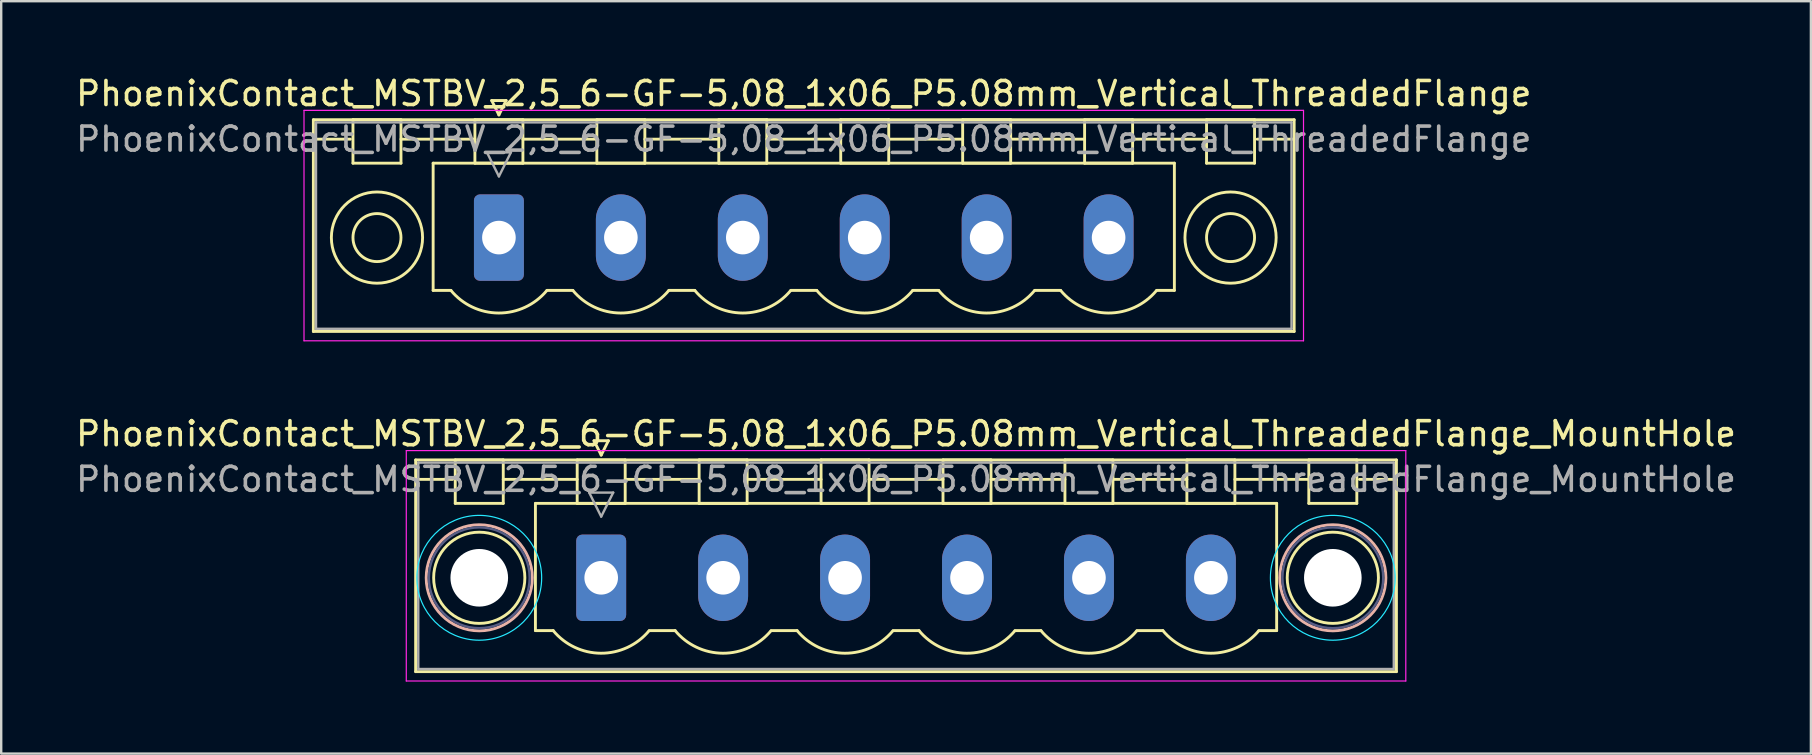
<source format=kicad_pcb>
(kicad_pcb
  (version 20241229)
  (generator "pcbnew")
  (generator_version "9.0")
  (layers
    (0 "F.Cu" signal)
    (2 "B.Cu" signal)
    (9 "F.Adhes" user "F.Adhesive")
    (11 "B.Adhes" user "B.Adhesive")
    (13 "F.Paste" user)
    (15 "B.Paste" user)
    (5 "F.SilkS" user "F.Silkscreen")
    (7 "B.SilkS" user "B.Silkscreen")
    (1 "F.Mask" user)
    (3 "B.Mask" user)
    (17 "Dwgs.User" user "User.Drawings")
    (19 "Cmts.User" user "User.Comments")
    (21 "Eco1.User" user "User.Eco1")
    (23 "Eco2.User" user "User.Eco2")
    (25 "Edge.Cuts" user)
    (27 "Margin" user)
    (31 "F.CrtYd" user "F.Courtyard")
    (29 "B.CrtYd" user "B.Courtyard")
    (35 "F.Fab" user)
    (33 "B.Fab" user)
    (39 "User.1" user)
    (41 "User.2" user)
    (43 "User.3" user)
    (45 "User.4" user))
  (footprint "PhoenixContact_MSTBV_2,5_6-GF-5,08_1x06_P5.08mm_Vertical_ThreadedFlange"
    (layer "F.Cu")
    (at 17.735 6.848)
    (property "Reference" "PhoenixContact_MSTBV_2,5_6-GF-5,08_1x06_P5.08mm_Vertical_ThreadedFlange" (at 12.7 -6 0) (layer "F.SilkS") (effects (font (size 1 1) (thickness 0.15))))
    (attr through_hole)
    (fp_line (start -7.73 -4.91) (end -7.73 3.91) (stroke (width 0.12) (type solid)) (layer "F.SilkS"))
    (fp_line (start -7.73 -4.1) (end -6.19 -4.1) (stroke (width 0.12) (type solid)) (layer "F.SilkS"))
    (fp_line (start -7.73 3.91) (end 33.13 3.91) (stroke (width 0.12) (type solid)) (layer "F.SilkS"))
    (fp_line (start -6.08 -4.91) (end -4.08 -4.91) (stroke (width 0.12) (type solid)) (layer "F.SilkS"))
    (fp_line (start -6.08 -3.1) (end -6.08 -4.91) (stroke (width 0.12) (type solid)) (layer "F.SilkS"))
    (fp_line (start -4.08 -4.91) (end -4.08 -3.1) (stroke (width 0.12) (type solid)) (layer "F.SilkS"))
    (fp_line (start -4.08 -4.1) (end -1 -4.1) (stroke (width 0.12) (type solid)) (layer "F.SilkS"))
    (fp_line (start -4.08 -3.1) (end -6.08 -3.1) (stroke (width 0.12) (type solid)) (layer "F.SilkS"))
    (fp_line (start -2.74 -3.1) (end 28.14 -3.1) (stroke (width 0.12) (type solid)) (layer "F.SilkS"))
    (fp_line (start -2.74 2.2) (end -2.74 -3.1) (stroke (width 0.12) (type solid)) (layer "F.SilkS"))
    (fp_line (start -2 2.2) (end -2.74 2.2) (stroke (width 0.12) (type solid)) (layer "F.SilkS"))
    (fp_line (start -1 -4.91) (end 1 -4.91) (stroke (width 0.12) (type solid)) (layer "F.SilkS"))
    (fp_line (start -1 -3.1) (end -1 -4.91) (stroke (width 0.12) (type solid)) (layer "F.SilkS"))
    (fp_line (start -0.3 -5.71) (end 0.3 -5.71) (stroke (width 0.12) (type solid)) (layer "F.SilkS"))
    (fp_line (start 0 -5.11) (end -0.3 -5.71) (stroke (width 0.12) (type solid)) (layer "F.SilkS"))
    (fp_line (start 0.3 -5.71) (end 0 -5.11) (stroke (width 0.12) (type solid)) (layer "F.SilkS"))
    (fp_line (start 1 -4.91) (end 1 -3.1) (stroke (width 0.12) (type solid)) (layer "F.SilkS"))
    (fp_line (start 1 -4.1) (end 4.08 -4.1) (stroke (width 0.12) (type solid)) (layer "F.SilkS"))
    (fp_line (start 1 -3.1) (end -1 -3.1) (stroke (width 0.12) (type solid)) (layer "F.SilkS"))
    (fp_line (start 2 2.2) (end 3.08 2.2) (stroke (width 0.12) (type solid)) (layer "F.SilkS"))
    (fp_line (start 4.08 -4.91) (end 6.08 -4.91) (stroke (width 0.12) (type solid)) (layer "F.SilkS"))
    (fp_line (start 4.08 -3.1) (end 4.08 -4.91) (stroke (width 0.12) (type solid)) (layer "F.SilkS"))
    (fp_line (start 6.08 -4.91) (end 6.08 -3.1) (stroke (width 0.12) (type solid)) (layer "F.SilkS"))
    (fp_line (start 6.08 -4.1) (end 9.16 -4.1) (stroke (width 0.12) (type solid)) (layer "F.SilkS"))
    (fp_line (start 6.08 -3.1) (end 4.08 -3.1) (stroke (width 0.12) (type solid)) (layer "F.SilkS"))
    (fp_line (start 7.08 2.2) (end 8.16 2.2) (stroke (width 0.12) (type solid)) (layer "F.SilkS"))
    (fp_line (start 9.16 -4.91) (end 11.16 -4.91) (stroke (width 0.12) (type solid)) (layer "F.SilkS"))
    (fp_line (start 9.16 -3.1) (end 9.16 -4.91) (stroke (width 0.12) (type solid)) (layer "F.SilkS"))
    (fp_line (start 11.16 -4.91) (end 11.16 -3.1) (stroke (width 0.12) (type solid)) (layer "F.SilkS"))
    (fp_line (start 11.16 -4.1) (end 14.24 -4.1) (stroke (width 0.12) (type solid)) (layer "F.SilkS"))
    (fp_line (start 11.16 -3.1) (end 9.16 -3.1) (stroke (width 0.12) (type solid)) (layer "F.SilkS"))
    (fp_line (start 12.16 2.2) (end 13.24 2.2) (stroke (width 0.12) (type solid)) (layer "F.SilkS"))
    (fp_line (start 14.24 -4.91) (end 16.24 -4.91) (stroke (width 0.12) (type solid)) (layer "F.SilkS"))
    (fp_line (start 14.24 -3.1) (end 14.24 -4.91) (stroke (width 0.12) (type solid)) (layer "F.SilkS"))
    (fp_line (start 16.24 -4.91) (end 16.24 -3.1) (stroke (width 0.12) (type solid)) (layer "F.SilkS"))
    (fp_line (start 16.24 -4.1) (end 19.32 -4.1) (stroke (width 0.12) (type solid)) (layer "F.SilkS"))
    (fp_line (start 16.24 -3.1) (end 14.24 -3.1) (stroke (width 0.12) (type solid)) (layer "F.SilkS"))
    (fp_line (start 17.24 2.2) (end 18.32 2.2) (stroke (width 0.12) (type solid)) (layer "F.SilkS"))
    (fp_line (start 19.32 -4.91) (end 21.32 -4.91) (stroke (width 0.12) (type solid)) (layer "F.SilkS"))
    (fp_line (start 19.32 -3.1) (end 19.32 -4.91) (stroke (width 0.12) (type solid)) (layer "F.SilkS"))
    (fp_line (start 21.32 -4.91) (end 21.32 -3.1) (stroke (width 0.12) (type solid)) (layer "F.SilkS"))
    (fp_line (start 21.32 -4.1) (end 24.4 -4.1) (stroke (width 0.12) (type solid)) (layer "F.SilkS"))
    (fp_line (start 21.32 -3.1) (end 19.32 -3.1) (stroke (width 0.12) (type solid)) (layer "F.SilkS"))
    (fp_line (start 22.32 2.2) (end 23.4 2.2) (stroke (width 0.12) (type solid)) (layer "F.SilkS"))
    (fp_line (start 24.4 -4.91) (end 26.4 -4.91) (stroke (width 0.12) (type solid)) (layer "F.SilkS"))
    (fp_line (start 24.4 -3.1) (end 24.4 -4.91) (stroke (width 0.12) (type solid)) (layer "F.SilkS"))
    (fp_line (start 26.4 -4.91) (end 26.4 -3.1) (stroke (width 0.12) (type solid)) (layer "F.SilkS"))
    (fp_line (start 26.4 -4.1) (end 29.48 -4.1) (stroke (width 0.12) (type solid)) (layer "F.SilkS"))
    (fp_line (start 26.4 -3.1) (end 24.4 -3.1) (stroke (width 0.12) (type solid)) (layer "F.SilkS"))
    (fp_line (start 28.14 -3.1) (end 28.14 2.2) (stroke (width 0.12) (type solid)) (layer "F.SilkS"))
    (fp_line (start 28.14 2.2) (end 27.4 2.2) (stroke (width 0.12) (type solid)) (layer "F.SilkS"))
    (fp_line (start 29.48 -4.91) (end 31.48 -4.91) (stroke (width 0.12) (type solid)) (layer "F.SilkS"))
    (fp_line (start 29.48 -3.1) (end 29.48 -4.91) (stroke (width 0.12) (type solid)) (layer "F.SilkS"))
    (fp_line (start 31.48 -4.91) (end 31.48 -3.1) (stroke (width 0.12) (type solid)) (layer "F.SilkS"))
    (fp_line (start 31.48 -3.1) (end 29.48 -3.1) (stroke (width 0.12) (type solid)) (layer "F.SilkS"))
    (fp_line (start 33.13 -4.91) (end -7.73 -4.91) (stroke (width 0.12) (type solid)) (layer "F.SilkS"))
    (fp_line (start 33.13 -4.1) (end 31.59 -4.1) (stroke (width 0.12) (type solid)) (layer "F.SilkS"))
    (fp_line (start 33.13 3.91) (end 33.13 -4.91) (stroke (width 0.12) (type solid)) (layer "F.SilkS"))
    (fp_arc (start 1.986842 2.215821) (mid -0.010289 3.142758) (end -2 2.2) (stroke (width 0.12) (type solid)) (layer "F.SilkS"))
    (fp_arc (start 7.066842 2.215821) (mid 5.069711 3.142758) (end 3.08 2.2) (stroke (width 0.12) (type solid)) (layer "F.SilkS"))
    (fp_arc (start 12.146842 2.215821) (mid 10.149711 3.142758) (end 8.16 2.2) (stroke (width 0.12) (type solid)) (layer "F.SilkS"))
    (fp_arc (start 17.226842 2.215821) (mid 15.229711 3.142758) (end 13.24 2.2) (stroke (width 0.12) (type solid)) (layer "F.SilkS"))
    (fp_arc (start 22.306842 2.215821) (mid 20.309711 3.142758) (end 18.32 2.2) (stroke (width 0.12) (type solid)) (layer "F.SilkS"))
    (fp_arc (start 27.386842 2.215821) (mid 25.389711 3.142758) (end 23.4 2.2) (stroke (width 0.12) (type solid)) (layer "F.SilkS"))
    (fp_circle (center -5.08 0) (end -4.08 0) (stroke (width 0.12) (type solid)) (fill no) (layer "F.SilkS"))
    (fp_circle (center -5.08 0) (end -3.18 0) (stroke (width 0.12) (type solid)) (fill no) (layer "F.SilkS"))
    (fp_circle (center 30.48 0) (end 31.48 0) (stroke (width 0.12) (type solid)) (fill no) (layer "F.SilkS"))
    (fp_circle (center 30.48 0) (end 32.38 0) (stroke (width 0.12) (type solid)) (fill no) (layer "F.SilkS"))
    (fp_line (start -8.12 -5.3) (end -8.12 4.3) (stroke (width 0.05) (type solid)) (layer "F.CrtYd"))
    (fp_line (start -8.12 4.3) (end 33.52 4.3) (stroke (width 0.05) (type solid)) (layer "F.CrtYd"))
    (fp_line (start 33.52 -5.3) (end -8.12 -5.3) (stroke (width 0.05) (type solid)) (layer "F.CrtYd"))
    (fp_line (start 33.52 4.3) (end 33.52 -5.3) (stroke (width 0.05) (type solid)) (layer "F.CrtYd"))
    (fp_line (start -7.62 -4.8) (end -7.62 3.8) (stroke (width 0.1) (type solid)) (layer "F.Fab"))
    (fp_line (start -7.62 3.8) (end 33.02 3.8) (stroke (width 0.1) (type solid)) (layer "F.Fab"))
    (fp_line (start -0.5 -3.55) (end 0.5 -3.55) (stroke (width 0.1) (type solid)) (layer "F.Fab"))
    (fp_line (start 0 -2.55) (end -0.5 -3.55) (stroke (width 0.1) (type solid)) (layer "F.Fab"))
    (fp_line (start 0.5 -3.55) (end 0 -2.55) (stroke (width 0.1) (type solid)) (layer "F.Fab"))
    (fp_line (start 33.02 -4.8) (end -7.62 -4.8) (stroke (width 0.1) (type solid)) (layer "F.Fab"))
    (fp_line (start 33.02 3.8) (end 33.02 -4.8) (stroke (width 0.1) (type solid)) (layer "F.Fab"))
    (fp_text user "${REFERENCE}" (at 12.7 -4.1 0) (layer "F.Fab") (effects (font (size 1 1) (thickness 0.15))))
    (pad "1" thru_hole roundrect (at 0 0) (size 2.08 3.6) (drill 1.4) (layers "*.Cu" "*.Mask") (roundrect_rratio 0.12))
    (pad "2" thru_hole oval (at 5.08 0) (size 2.08 3.6) (drill 1.4) (layers "*.Cu" "*.Mask"))
    (pad "3" thru_hole oval (at 10.16 0) (size 2.08 3.6) (drill 1.4) (layers "*.Cu" "*.Mask"))
    (pad "4" thru_hole oval (at 15.24 0) (size 2.08 3.6) (drill 1.4) (layers "*.Cu" "*.Mask"))
    (pad "5" thru_hole oval (at 20.32 0) (size 2.08 3.6) (drill 1.4) (layers "*.Cu" "*.Mask"))
    (pad "6" thru_hole oval (at 25.4 0) (size 2.08 3.6) (drill 1.4) (layers "*.Cu" "*.Mask")))
  (footprint "PhoenixContact_MSTBV_2,5_6-GF-5,08_1x06_P5.08mm_Vertical_ThreadedFlange_MountHole"
    (layer "F.Cu")
    (at 21.996 21.021)
    (property "Reference" "PhoenixContact_MSTBV_2,5_6-GF-5,08_1x06_P5.08mm_Vertical_ThreadedFlange_MountHole" (at 12.7 -6 0) (layer "F.SilkS") (effects (font (size 1 1) (thickness 0.15))))
    (attr through_hole)
    (fp_line (start -7.73 -4.91) (end -7.73 3.91) (stroke (width 0.12) (type solid)) (layer "F.SilkS"))
    (fp_line (start -7.73 -4.1) (end -6.19 -4.1) (stroke (width 0.12) (type solid)) (layer "F.SilkS"))
    (fp_line (start -7.73 3.91) (end 33.13 3.91) (stroke (width 0.12) (type solid)) (layer "F.SilkS"))
    (fp_line (start -6.08 -4.91) (end -4.08 -4.91) (stroke (width 0.12) (type solid)) (layer "F.SilkS"))
    (fp_line (start -6.08 -3.1) (end -6.08 -4.91) (stroke (width 0.12) (type solid)) (layer "F.SilkS"))
    (fp_line (start -4.08 -4.91) (end -4.08 -3.1) (stroke (width 0.12) (type solid)) (layer "F.SilkS"))
    (fp_line (start -4.08 -4.1) (end -1 -4.1) (stroke (width 0.12) (type solid)) (layer "F.SilkS"))
    (fp_line (start -4.08 -3.1) (end -6.08 -3.1) (stroke (width 0.12) (type solid)) (layer "F.SilkS"))
    (fp_line (start -2.74 -3.1) (end 28.14 -3.1) (stroke (width 0.12) (type solid)) (layer "F.SilkS"))
    (fp_line (start -2.74 2.2) (end -2.74 -3.1) (stroke (width 0.12) (type solid)) (layer "F.SilkS"))
    (fp_line (start -2 2.2) (end -2.74 2.2) (stroke (width 0.12) (type solid)) (layer "F.SilkS"))
    (fp_line (start -1 -4.91) (end 1 -4.91) (stroke (width 0.12) (type solid)) (layer "F.SilkS"))
    (fp_line (start -1 -3.1) (end -1 -4.91) (stroke (width 0.12) (type solid)) (layer "F.SilkS"))
    (fp_line (start -0.3 -5.71) (end 0.3 -5.71) (stroke (width 0.12) (type solid)) (layer "F.SilkS"))
    (fp_line (start 0 -5.11) (end -0.3 -5.71) (stroke (width 0.12) (type solid)) (layer "F.SilkS"))
    (fp_line (start 0.3 -5.71) (end 0 -5.11) (stroke (width 0.12) (type solid)) (layer "F.SilkS"))
    (fp_line (start 1 -4.91) (end 1 -3.1) (stroke (width 0.12) (type solid)) (layer "F.SilkS"))
    (fp_line (start 1 -4.1) (end 4.08 -4.1) (stroke (width 0.12) (type solid)) (layer "F.SilkS"))
    (fp_line (start 1 -3.1) (end -1 -3.1) (stroke (width 0.12) (type solid)) (layer "F.SilkS"))
    (fp_line (start 2 2.2) (end 3.08 2.2) (stroke (width 0.12) (type solid)) (layer "F.SilkS"))
    (fp_line (start 4.08 -4.91) (end 6.08 -4.91) (stroke (width 0.12) (type solid)) (layer "F.SilkS"))
    (fp_line (start 4.08 -3.1) (end 4.08 -4.91) (stroke (width 0.12) (type solid)) (layer "F.SilkS"))
    (fp_line (start 6.08 -4.91) (end 6.08 -3.1) (stroke (width 0.12) (type solid)) (layer "F.SilkS"))
    (fp_line (start 6.08 -4.1) (end 9.16 -4.1) (stroke (width 0.12) (type solid)) (layer "F.SilkS"))
    (fp_line (start 6.08 -3.1) (end 4.08 -3.1) (stroke (width 0.12) (type solid)) (layer "F.SilkS"))
    (fp_line (start 7.08 2.2) (end 8.16 2.2) (stroke (width 0.12) (type solid)) (layer "F.SilkS"))
    (fp_line (start 9.16 -4.91) (end 11.16 -4.91) (stroke (width 0.12) (type solid)) (layer "F.SilkS"))
    (fp_line (start 9.16 -3.1) (end 9.16 -4.91) (stroke (width 0.12) (type solid)) (layer "F.SilkS"))
    (fp_line (start 11.16 -4.91) (end 11.16 -3.1) (stroke (width 0.12) (type solid)) (layer "F.SilkS"))
    (fp_line (start 11.16 -4.1) (end 14.24 -4.1) (stroke (width 0.12) (type solid)) (layer "F.SilkS"))
    (fp_line (start 11.16 -3.1) (end 9.16 -3.1) (stroke (width 0.12) (type solid)) (layer "F.SilkS"))
    (fp_line (start 12.16 2.2) (end 13.24 2.2) (stroke (width 0.12) (type solid)) (layer "F.SilkS"))
    (fp_line (start 14.24 -4.91) (end 16.24 -4.91) (stroke (width 0.12) (type solid)) (layer "F.SilkS"))
    (fp_line (start 14.24 -3.1) (end 14.24 -4.91) (stroke (width 0.12) (type solid)) (layer "F.SilkS"))
    (fp_line (start 16.24 -4.91) (end 16.24 -3.1) (stroke (width 0.12) (type solid)) (layer "F.SilkS"))
    (fp_line (start 16.24 -4.1) (end 19.32 -4.1) (stroke (width 0.12) (type solid)) (layer "F.SilkS"))
    (fp_line (start 16.24 -3.1) (end 14.24 -3.1) (stroke (width 0.12) (type solid)) (layer "F.SilkS"))
    (fp_line (start 17.24 2.2) (end 18.32 2.2) (stroke (width 0.12) (type solid)) (layer "F.SilkS"))
    (fp_line (start 19.32 -4.91) (end 21.32 -4.91) (stroke (width 0.12) (type solid)) (layer "F.SilkS"))
    (fp_line (start 19.32 -3.1) (end 19.32 -4.91) (stroke (width 0.12) (type solid)) (layer "F.SilkS"))
    (fp_line (start 21.32 -4.91) (end 21.32 -3.1) (stroke (width 0.12) (type solid)) (layer "F.SilkS"))
    (fp_line (start 21.32 -4.1) (end 24.4 -4.1) (stroke (width 0.12) (type solid)) (layer "F.SilkS"))
    (fp_line (start 21.32 -3.1) (end 19.32 -3.1) (stroke (width 0.12) (type solid)) (layer "F.SilkS"))
    (fp_line (start 22.32 2.2) (end 23.4 2.2) (stroke (width 0.12) (type solid)) (layer "F.SilkS"))
    (fp_line (start 24.4 -4.91) (end 26.4 -4.91) (stroke (width 0.12) (type solid)) (layer "F.SilkS"))
    (fp_line (start 24.4 -3.1) (end 24.4 -4.91) (stroke (width 0.12) (type solid)) (layer "F.SilkS"))
    (fp_line (start 26.4 -4.91) (end 26.4 -3.1) (stroke (width 0.12) (type solid)) (layer "F.SilkS"))
    (fp_line (start 26.4 -4.1) (end 29.48 -4.1) (stroke (width 0.12) (type solid)) (layer "F.SilkS"))
    (fp_line (start 26.4 -3.1) (end 24.4 -3.1) (stroke (width 0.12) (type solid)) (layer "F.SilkS"))
    (fp_line (start 28.14 -3.1) (end 28.14 2.2) (stroke (width 0.12) (type solid)) (layer "F.SilkS"))
    (fp_line (start 28.14 2.2) (end 27.4 2.2) (stroke (width 0.12) (type solid)) (layer "F.SilkS"))
    (fp_line (start 29.48 -4.91) (end 31.48 -4.91) (stroke (width 0.12) (type solid)) (layer "F.SilkS"))
    (fp_line (start 29.48 -3.1) (end 29.48 -4.91) (stroke (width 0.12) (type solid)) (layer "F.SilkS"))
    (fp_line (start 31.48 -4.91) (end 31.48 -3.1) (stroke (width 0.12) (type solid)) (layer "F.SilkS"))
    (fp_line (start 31.48 -3.1) (end 29.48 -3.1) (stroke (width 0.12) (type solid)) (layer "F.SilkS"))
    (fp_line (start 33.13 -4.91) (end -7.73 -4.91) (stroke (width 0.12) (type solid)) (layer "F.SilkS"))
    (fp_line (start 33.13 -4.1) (end 31.59 -4.1) (stroke (width 0.12) (type solid)) (layer "F.SilkS"))
    (fp_line (start 33.13 3.91) (end 33.13 -4.91) (stroke (width 0.12) (type solid)) (layer "F.SilkS"))
    (fp_arc (start 1.986842 2.215821) (mid -0.010289 3.142758) (end -2 2.2) (stroke (width 0.12) (type solid)) (layer "F.SilkS"))
    (fp_arc (start 7.066842 2.215821) (mid 5.069711 3.142758) (end 3.08 2.2) (stroke (width 0.12) (type solid)) (layer "F.SilkS"))
    (fp_arc (start 12.146842 2.215821) (mid 10.149711 3.142758) (end 8.16 2.2) (stroke (width 0.12) (type solid)) (layer "F.SilkS"))
    (fp_arc (start 17.226842 2.215821) (mid 15.229711 3.142758) (end 13.24 2.2) (stroke (width 0.12) (type solid)) (layer "F.SilkS"))
    (fp_arc (start 22.306842 2.215821) (mid 20.309711 3.142758) (end 18.32 2.2) (stroke (width 0.12) (type solid)) (layer "F.SilkS"))
    (fp_arc (start 27.386842 2.215821) (mid 25.389711 3.142758) (end 23.4 2.2) (stroke (width 0.12) (type solid)) (layer "F.SilkS"))
    (fp_circle (center -5.08 0) (end -3.18 0) (stroke (width 0.12) (type solid)) (fill no) (layer "F.SilkS"))
    (fp_circle (center 30.48 0) (end 32.38 0) (stroke (width 0.12) (type solid)) (fill no) (layer "F.SilkS"))
    (fp_circle (center -5.08 0) (end -2.87 0) (stroke (width 0.12) (type solid)) (fill no) (layer "B.SilkS"))
    (fp_circle (center 30.48 0) (end 32.69 0) (stroke (width 0.12) (type solid)) (fill no) (layer "B.SilkS"))
    (fp_circle (center -5.08 0) (end -2.48 0) (stroke (width 0.05) (type solid)) (fill no) (layer "B.CrtYd"))
    (fp_circle (center 30.48 0) (end 33.08 0) (stroke (width 0.05) (type solid)) (fill no) (layer "B.CrtYd"))
    (fp_line (start -8.12 -5.3) (end -8.12 4.3) (stroke (width 0.05) (type solid)) (layer "F.CrtYd"))
    (fp_line (start -8.12 4.3) (end 33.52 4.3) (stroke (width 0.05) (type solid)) (layer "F.CrtYd"))
    (fp_line (start 33.52 -5.3) (end -8.12 -5.3) (stroke (width 0.05) (type solid)) (layer "F.CrtYd"))
    (fp_line (start 33.52 4.3) (end 33.52 -5.3) (stroke (width 0.05) (type solid)) (layer "F.CrtYd"))
    (fp_circle (center -5.08 0) (end -2.98 0) (stroke (width 0.1) (type solid)) (fill no) (layer "B.Fab"))
    (fp_circle (center 30.48 0) (end 32.58 0) (stroke (width 0.1) (type solid)) (fill no) (layer "B.Fab"))
    (fp_line (start -7.62 -4.8) (end -7.62 3.8) (stroke (width 0.1) (type solid)) (layer "F.Fab"))
    (fp_line (start -7.62 3.8) (end 33.02 3.8) (stroke (width 0.1) (type solid)) (layer "F.Fab"))
    (fp_line (start -0.5 -3.55) (end 0.5 -3.55) (stroke (width 0.1) (type solid)) (layer "F.Fab"))
    (fp_line (start 0 -2.55) (end -0.5 -3.55) (stroke (width 0.1) (type solid)) (layer "F.Fab"))
    (fp_line (start 0.5 -3.55) (end 0 -2.55) (stroke (width 0.1) (type solid)) (layer "F.Fab"))
    (fp_line (start 33.02 -4.8) (end -7.62 -4.8) (stroke (width 0.1) (type solid)) (layer "F.Fab"))
    (fp_line (start 33.02 3.8) (end 33.02 -4.8) (stroke (width 0.1) (type solid)) (layer "F.Fab"))
    (fp_text user "${REFERENCE}" (at 12.7 -4.1 0) (layer "F.Fab") (effects (font (size 1 1) (thickness 0.15))))
    (pad "" np_thru_hole circle (at -5.08 0) (size 2.4 2.4) (drill 2.4) (layers "*.Cu" "*.Mask"))
    (pad "" np_thru_hole circle (at 30.48 0) (size 2.4 2.4) (drill 2.4) (layers "*.Cu" "*.Mask"))
    (pad "1" thru_hole roundrect (at 0 0) (size 2.08 3.6) (drill 1.4) (layers "*.Cu" "*.Mask") (roundrect_rratio 0.12))
    (pad "2" thru_hole oval (at 5.08 0) (size 2.08 3.6) (drill 1.4) (layers "*.Cu" "*.Mask"))
    (pad "3" thru_hole oval (at 10.16 0) (size 2.08 3.6) (drill 1.4) (layers "*.Cu" "*.Mask"))
    (pad "4" thru_hole oval (at 15.24 0) (size 2.08 3.6) (drill 1.4) (layers "*.Cu" "*.Mask"))
    (pad "5" thru_hole oval (at 20.32 0) (size 2.08 3.6) (drill 1.4) (layers "*.Cu" "*.Mask"))
    (pad "6" thru_hole oval (at 25.4 0) (size 2.08 3.6) (drill 1.4) (layers "*.Cu" "*.Mask")))
  (gr_rect
    (start -3 -3)
    (end 72.393 28.346)
    (stroke (width 0.1) (type default))
    (fill no)
    (layer "Edge.Cuts")))
</source>
